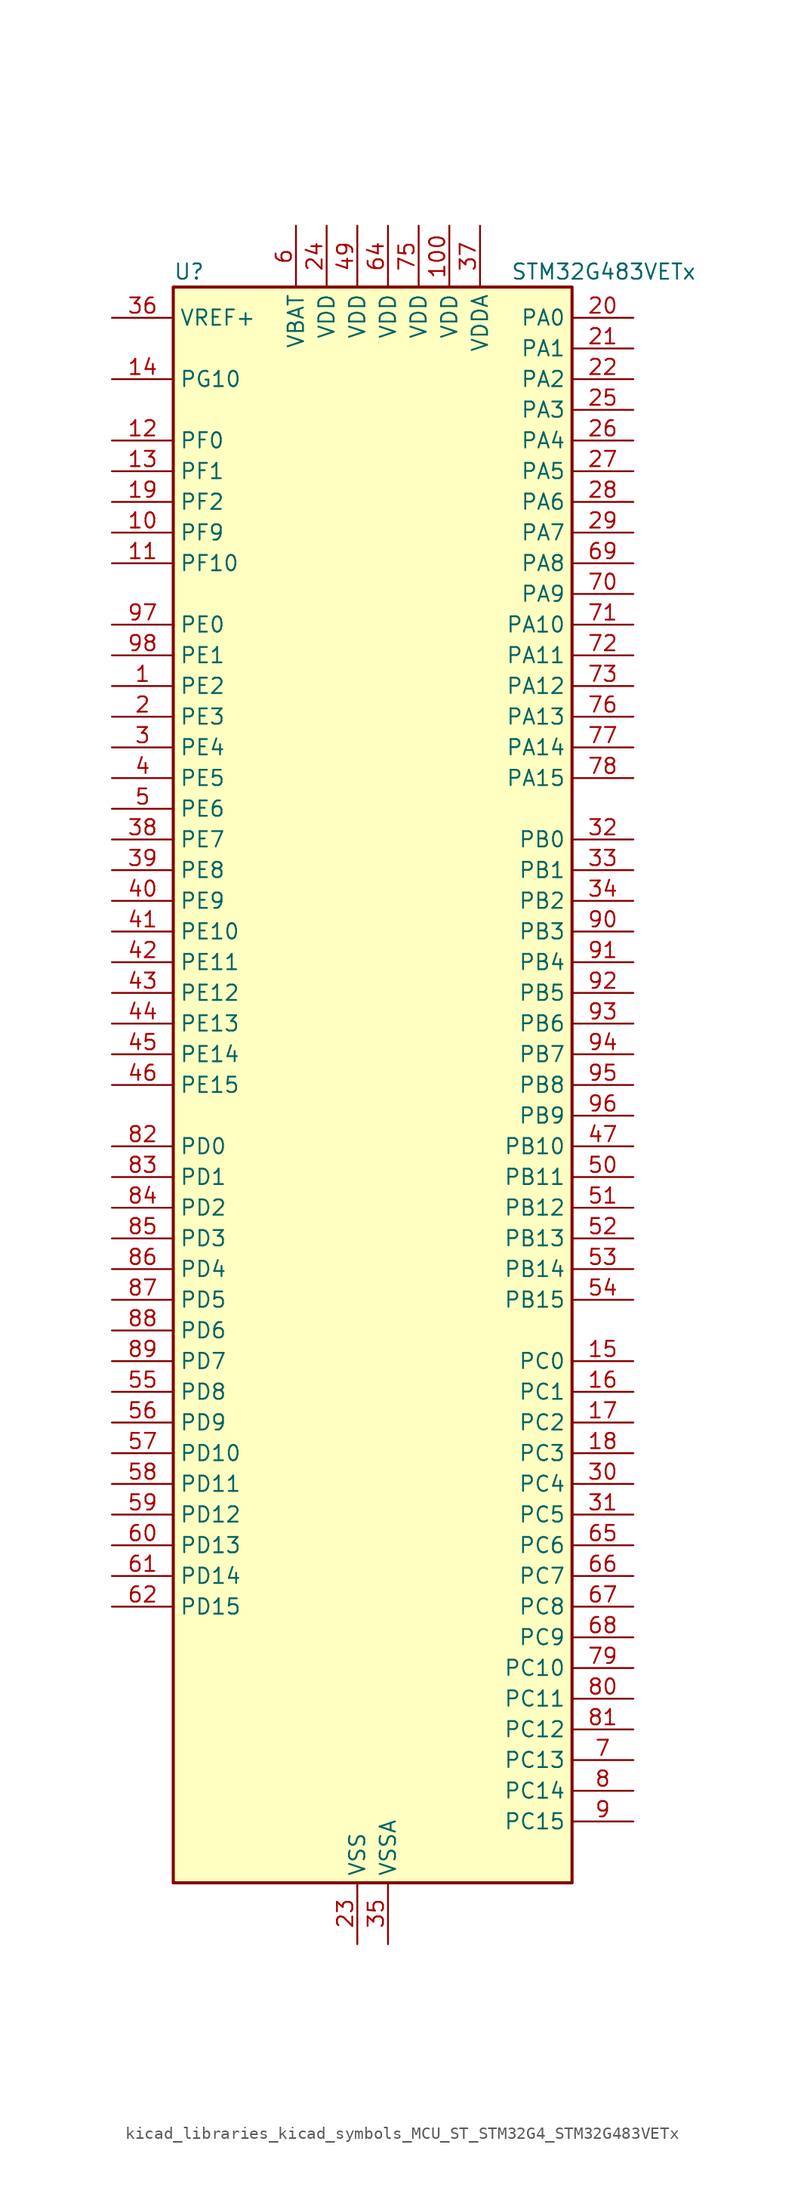
<source format=kicad_sym>
(kicad_symbol_lib
  (version 20220914)
  (generator kicad_symbol_editor)
  (symbol "kicad_libraries_kicad_symbols_MCU_ST_STM32G4_STM32G483VETx"
    (property "Reference" "U"
      (at -15.24 67.31 0)
      (effects (font (size 1.27 1.27)) (justify left)))
    (property "Value" "STM32G483VETx"
      (at 12.7 67.31 0)
      (effects (font (size 1.27 1.27)) (justify left)))
    (property "ki_locked" ""
      (at 0 0 0)
      (effects (font (size 1.27 1.27))))
    (symbol "kicad_libraries_kicad_symbols_MCU_ST_STM32G4_STM32G483VETx_0_1"
      (rectangle (start -15.24 -66.04) (end 17.78 66.04) (stroke (width 0.254) (type default)) (fill (type background))))
    (symbol "kicad_libraries_kicad_symbols_MCU_ST_STM32G4_STM32G483VETx_1_1"
      (pin bidirectional line (at -20.32 33.02 0) (length 5.08) (name "PE2" (effects (font (size 1.27 1.27)))) (number "1" (effects (font (size 1.27 1.27)))) (alternate "ADC3_EXTI2" bidirectional line) (alternate "ADC4_EXTI2" bidirectional line) (alternate "ADC5_EXTI2" bidirectional line) (alternate "FMC_A23" bidirectional line) (alternate "SAI1_CK1" bidirectional line) (alternate "SAI1_MCLK_A" bidirectional line) (alternate "SPI4_SCK" bidirectional line) (alternate "SYS_TRACECLK" bidirectional line) (alternate "TIM20_CH1" bidirectional line) (alternate "TIM3_CH1" bidirectional line))
      (pin bidirectional line (at -20.32 45.72 0) (length 5.08) (name "PF9" (effects (font (size 1.27 1.27)))) (number "10" (effects (font (size 1.27 1.27)))) (alternate "DAC1_EXTI9" bidirectional line) (alternate "DAC2_EXTI9" bidirectional line) (alternate "DAC3_EXTI9" bidirectional line) (alternate "DAC4_EXTI9" bidirectional line) (alternate "FMC_A25" bidirectional line) (alternate "QUADSPI1_BK1_IO1" bidirectional line) (alternate "SAI1_FS_B" bidirectional line) (alternate "SPI2_SCK" bidirectional line) (alternate "TIM15_CH1" bidirectional line) (alternate "TIM20_BKIN" bidirectional line) (alternate "TIM5_CH4" bidirectional line))
      (pin power_in line (at 7.62 71.12 270) (length 5.08) (name "VDD" (effects (font (size 1.27 1.27)))) (number "100" (effects (font (size 1.27 1.27)))))
      (pin bidirectional line (at -20.32 43.18 0) (length 5.08) (name "PF10" (effects (font (size 1.27 1.27)))) (number "11" (effects (font (size 1.27 1.27)))) (alternate "DAC1_EXTI10" bidirectional line) (alternate "DAC2_EXTI10" bidirectional line) (alternate "DAC3_EXTI10" bidirectional line) (alternate "DAC4_EXTI10" bidirectional line) (alternate "FMC_A0" bidirectional line) (alternate "QUADSPI1_CLK" bidirectional line) (alternate "SAI1_D3" bidirectional line) (alternate "SPI2_SCK" bidirectional line) (alternate "TIM15_CH2" bidirectional line) (alternate "TIM20_BKIN2" bidirectional line))
      (pin bidirectional line (at -20.32 53.34 0) (length 5.08) (name "PF0" (effects (font (size 1.27 1.27)))) (number "12" (effects (font (size 1.27 1.27)))) (alternate "ADC1_IN10" bidirectional line) (alternate "I2C2_SDA" bidirectional line) (alternate "I2S2_WS" bidirectional line) (alternate "RCC_OSC_IN" bidirectional line) (alternate "SPI2_NSS" bidirectional line) (alternate "TIM1_CH3N" bidirectional line))
      (pin bidirectional line (at -20.32 50.8 0) (length 5.08) (name "PF1" (effects (font (size 1.27 1.27)))) (number "13" (effects (font (size 1.27 1.27)))) (alternate "ADC2_IN10" bidirectional line) (alternate "COMP3_INM" bidirectional line) (alternate "I2S2_CK" bidirectional line) (alternate "RCC_OSC_OUT" bidirectional line) (alternate "SPI2_SCK" bidirectional line))
      (pin bidirectional line (at -20.32 58.42 0) (length 5.08) (name "PG10" (effects (font (size 1.27 1.27)))) (number "14" (effects (font (size 1.27 1.27)))) (alternate "DAC1_EXTI10" bidirectional line) (alternate "DAC2_EXTI10" bidirectional line) (alternate "DAC3_EXTI10" bidirectional line) (alternate "DAC4_EXTI10" bidirectional line) (alternate "RCC_MCO" bidirectional line))
      (pin bidirectional line (at 22.86 -22.86 180) (length 5.08) (name "PC0" (effects (font (size 1.27 1.27)))) (number "15" (effects (font (size 1.27 1.27)))) (alternate "ADC1_IN6" bidirectional line) (alternate "ADC2_IN6" bidirectional line) (alternate "COMP3_INM" bidirectional line) (alternate "LPTIM1_IN1" bidirectional line) (alternate "LPUART1_RX" bidirectional line) (alternate "TIM1_CH1" bidirectional line))
      (pin bidirectional line (at 22.86 -25.4 180) (length 5.08) (name "PC1" (effects (font (size 1.27 1.27)))) (number "16" (effects (font (size 1.27 1.27)))) (alternate "ADC1_IN7" bidirectional line) (alternate "ADC2_IN7" bidirectional line) (alternate "COMP3_INP" bidirectional line) (alternate "LPTIM1_OUT" bidirectional line) (alternate "LPUART1_TX" bidirectional line) (alternate "QUADSPI1_BK2_IO0" bidirectional line) (alternate "SAI1_SD_A" bidirectional line) (alternate "TIM1_CH2" bidirectional line))
      (pin bidirectional line (at 22.86 -27.94 180) (length 5.08) (name "PC2" (effects (font (size 1.27 1.27)))) (number "17" (effects (font (size 1.27 1.27)))) (alternate "ADC1_IN8" bidirectional line) (alternate "ADC2_IN8" bidirectional line) (alternate "ADC3_EXTI2" bidirectional line) (alternate "ADC4_EXTI2" bidirectional line) (alternate "ADC5_EXTI2" bidirectional line) (alternate "COMP3_OUT" bidirectional line) (alternate "LPTIM1_IN2" bidirectional line) (alternate "QUADSPI1_BK2_IO1" bidirectional line) (alternate "TIM1_CH3" bidirectional line) (alternate "TIM20_CH2" bidirectional line))
      (pin bidirectional line (at 22.86 -30.48 180) (length 5.08) (name "PC3" (effects (font (size 1.27 1.27)))) (number "18" (effects (font (size 1.27 1.27)))) (alternate "ADC1_IN9" bidirectional line) (alternate "ADC2_IN9" bidirectional line) (alternate "ADC3_EXTI3" bidirectional line) (alternate "ADC4_EXTI3" bidirectional line) (alternate "ADC5_EXTI3" bidirectional line) (alternate "LPTIM1_ETR" bidirectional line) (alternate "OPAMP5_VINP" bidirectional line) (alternate "OPAMP5_VINP_SEC" bidirectional line) (alternate "QUADSPI1_BK2_IO2" bidirectional line) (alternate "SAI1_D1" bidirectional line) (alternate "SAI1_SD_A" bidirectional line) (alternate "TIM1_BKIN2" bidirectional line) (alternate "TIM1_CH4" bidirectional line))
      (pin bidirectional line (at -20.32 48.26 0) (length 5.08) (name "PF2" (effects (font (size 1.27 1.27)))) (number "19" (effects (font (size 1.27 1.27)))) (alternate "ADC3_EXTI2" bidirectional line) (alternate "ADC4_EXTI2" bidirectional line) (alternate "ADC5_EXTI2" bidirectional line) (alternate "FMC_A2" bidirectional line) (alternate "I2C2_SMBA" bidirectional line) (alternate "TIM20_CH3" bidirectional line))
      (pin bidirectional line (at -20.32 30.48 0) (length 5.08) (name "PE3" (effects (font (size 1.27 1.27)))) (number "2" (effects (font (size 1.27 1.27)))) (alternate "ADC3_EXTI3" bidirectional line) (alternate "ADC4_EXTI3" bidirectional line) (alternate "ADC5_EXTI3" bidirectional line) (alternate "FMC_A19" bidirectional line) (alternate "SAI1_SD_B" bidirectional line) (alternate "SPI4_NSS" bidirectional line) (alternate "SYS_TRACED0" bidirectional line) (alternate "TIM20_CH2" bidirectional line) (alternate "TIM3_CH2" bidirectional line))
      (pin bidirectional line (at 22.86 63.5 180) (length 5.08) (name "PA0" (effects (font (size 1.27 1.27)))) (number "20" (effects (font (size 1.27 1.27)))) (alternate "ADC1_IN1" bidirectional line) (alternate "ADC2_IN1" bidirectional line) (alternate "COMP1_INM" bidirectional line) (alternate "COMP1_OUT" bidirectional line) (alternate "COMP3_INP" bidirectional line) (alternate "RTC_TAMP2" bidirectional line) (alternate "SYS_WKUP1" bidirectional line) (alternate "TIM2_CH1" bidirectional line) (alternate "TIM2_ETR" bidirectional line) (alternate "TIM5_CH1" bidirectional line) (alternate "TIM8_BKIN" bidirectional line) (alternate "TIM8_ETR" bidirectional line) (alternate "USART2_CTS" bidirectional line) (alternate "USART2_NSS" bidirectional line))
      (pin bidirectional line (at 22.86 60.96 180) (length 5.08) (name "PA1" (effects (font (size 1.27 1.27)))) (number "21" (effects (font (size 1.27 1.27)))) (alternate "ADC1_IN2" bidirectional line) (alternate "ADC2_IN2" bidirectional line) (alternate "COMP1_INP" bidirectional line) (alternate "OPAMP1_VINP" bidirectional line) (alternate "OPAMP1_VINP_SEC" bidirectional line) (alternate "OPAMP3_VINP" bidirectional line) (alternate "OPAMP3_VINP_SEC" bidirectional line) (alternate "OPAMP6_VINM" bidirectional line) (alternate "OPAMP6_VINM0" bidirectional line) (alternate "OPAMP6_VINM_SEC" bidirectional line) (alternate "RTC_REFIN" bidirectional line) (alternate "TIM15_CH1N" bidirectional line) (alternate "TIM2_CH2" bidirectional line) (alternate "TIM5_CH2" bidirectional line) (alternate "USART2_DE" bidirectional line) (alternate "USART2_RTS" bidirectional line))
      (pin bidirectional line (at 22.86 58.42 180) (length 5.08) (name "PA2" (effects (font (size 1.27 1.27)))) (number "22" (effects (font (size 1.27 1.27)))) (alternate "ADC1_IN3" bidirectional line) (alternate "ADC3_EXTI2" bidirectional line) (alternate "ADC4_EXTI2" bidirectional line) (alternate "ADC5_EXTI2" bidirectional line) (alternate "COMP2_INM" bidirectional line) (alternate "COMP2_OUT" bidirectional line) (alternate "LPUART1_TX" bidirectional line) (alternate "OPAMP1_VOUT" bidirectional line) (alternate "QUADSPI1_BK1_NCS" bidirectional line) (alternate "RCC_LSCO" bidirectional line) (alternate "SYS_WKUP4" bidirectional line) (alternate "TIM15_CH1" bidirectional line) (alternate "TIM2_CH3" bidirectional line) (alternate "TIM5_CH3" bidirectional line) (alternate "UCPD1_FRSTX1" bidirectional line) (alternate "UCPD1_FRSTX2" bidirectional line) (alternate "USART2_TX" bidirectional line))
      (pin power_in line (at 0 -71.12 90) (length 5.08) (name "VSS" (effects (font (size 1.27 1.27)))) (number "23" (effects (font (size 1.27 1.27)))))
      (pin power_in line (at -2.54 71.12 270) (length 5.08) (name "VDD" (effects (font (size 1.27 1.27)))) (number "24" (effects (font (size 1.27 1.27)))))
      (pin bidirectional line (at 22.86 55.88 180) (length 5.08) (name "PA3" (effects (font (size 1.27 1.27)))) (number "25" (effects (font (size 1.27 1.27)))) (alternate "ADC1_IN4" bidirectional line) (alternate "ADC3_EXTI3" bidirectional line) (alternate "ADC4_EXTI3" bidirectional line) (alternate "ADC5_EXTI3" bidirectional line) (alternate "COMP2_INP" bidirectional line) (alternate "LPUART1_RX" bidirectional line) (alternate "OPAMP1_VINM" bidirectional line) (alternate "OPAMP1_VINM0" bidirectional line) (alternate "OPAMP1_VINM_SEC" bidirectional line) (alternate "OPAMP1_VINP" bidirectional line) (alternate "OPAMP1_VINP_SEC" bidirectional line) (alternate "OPAMP5_VINM" bidirectional line) (alternate "OPAMP5_VINM1" bidirectional line) (alternate "OPAMP5_VINM_SEC" bidirectional line) (alternate "QUADSPI1_CLK" bidirectional line) (alternate "SAI1_CK1" bidirectional line) (alternate "SAI1_MCLK_A" bidirectional line) (alternate "TIM15_CH2" bidirectional line) (alternate "TIM2_CH4" bidirectional line) (alternate "TIM5_CH4" bidirectional line) (alternate "USART2_RX" bidirectional line))
      (pin bidirectional line (at 22.86 53.34 180) (length 5.08) (name "PA4" (effects (font (size 1.27 1.27)))) (number "26" (effects (font (size 1.27 1.27)))) (alternate "ADC2_IN17" bidirectional line) (alternate "COMP1_INM" bidirectional line) (alternate "DAC1_OUT1" bidirectional line) (alternate "I2S3_WS" bidirectional line) (alternate "SAI1_FS_B" bidirectional line) (alternate "SPI1_NSS" bidirectional line) (alternate "SPI3_NSS" bidirectional line) (alternate "TIM3_CH2" bidirectional line) (alternate "USART2_CK" bidirectional line))
      (pin bidirectional line (at 22.86 50.8 180) (length 5.08) (name "PA5" (effects (font (size 1.27 1.27)))) (number "27" (effects (font (size 1.27 1.27)))) (alternate "ADC2_IN13" bidirectional line) (alternate "COMP2_INM" bidirectional line) (alternate "DAC1_OUT2" bidirectional line) (alternate "OPAMP2_VINM" bidirectional line) (alternate "OPAMP2_VINM0" bidirectional line) (alternate "OPAMP2_VINM_SEC" bidirectional line) (alternate "SPI1_SCK" bidirectional line) (alternate "TIM2_CH1" bidirectional line) (alternate "TIM2_ETR" bidirectional line) (alternate "UCPD1_FRSTX1" bidirectional line) (alternate "UCPD1_FRSTX2" bidirectional line))
      (pin bidirectional line (at 22.86 48.26 180) (length 5.08) (name "PA6" (effects (font (size 1.27 1.27)))) (number "28" (effects (font (size 1.27 1.27)))) (alternate "ADC2_IN3" bidirectional line) (alternate "COMP1_OUT" bidirectional line) (alternate "DAC2_OUT1" bidirectional line) (alternate "LPUART1_CTS" bidirectional line) (alternate "OPAMP2_VOUT" bidirectional line) (alternate "QUADSPI1_BK1_IO3" bidirectional line) (alternate "SPI1_MISO" bidirectional line) (alternate "TIM16_CH1" bidirectional line) (alternate "TIM1_BKIN" bidirectional line) (alternate "TIM3_CH1" bidirectional line) (alternate "TIM8_BKIN" bidirectional line))
      (pin bidirectional line (at 22.86 45.72 180) (length 5.08) (name "PA7" (effects (font (size 1.27 1.27)))) (number "29" (effects (font (size 1.27 1.27)))) (alternate "ADC2_IN4" bidirectional line) (alternate "COMP2_INP" bidirectional line) (alternate "COMP2_OUT" bidirectional line) (alternate "OPAMP1_VINP" bidirectional line) (alternate "OPAMP1_VINP_SEC" bidirectional line) (alternate "OPAMP2_VINP" bidirectional line) (alternate "OPAMP2_VINP_SEC" bidirectional line) (alternate "QUADSPI1_BK1_IO2" bidirectional line) (alternate "SPI1_MOSI" bidirectional line) (alternate "TIM17_CH1" bidirectional line) (alternate "TIM1_CH1N" bidirectional line) (alternate "TIM3_CH2" bidirectional line) (alternate "TIM8_CH1N" bidirectional line) (alternate "UCPD1_FRSTX1" bidirectional line) (alternate "UCPD1_FRSTX2" bidirectional line))
      (pin bidirectional line (at -20.32 27.94 0) (length 5.08) (name "PE4" (effects (font (size 1.27 1.27)))) (number "3" (effects (font (size 1.27 1.27)))) (alternate "FMC_A20" bidirectional line) (alternate "SAI1_D2" bidirectional line) (alternate "SAI1_FS_A" bidirectional line) (alternate "SPI4_NSS" bidirectional line) (alternate "SYS_TRACED1" bidirectional line) (alternate "TIM20_CH1N" bidirectional line) (alternate "TIM3_CH3" bidirectional line))
      (pin bidirectional line (at 22.86 -33.02 180) (length 5.08) (name "PC4" (effects (font (size 1.27 1.27)))) (number "30" (effects (font (size 1.27 1.27)))) (alternate "ADC2_IN5" bidirectional line) (alternate "I2C2_SCL" bidirectional line) (alternate "QUADSPI1_BK2_IO3" bidirectional line) (alternate "TIM1_ETR" bidirectional line) (alternate "USART1_TX" bidirectional line))
      (pin bidirectional line (at 22.86 -35.56 180) (length 5.08) (name "PC5" (effects (font (size 1.27 1.27)))) (number "31" (effects (font (size 1.27 1.27)))) (alternate "ADC2_IN11" bidirectional line) (alternate "OPAMP1_VINM" bidirectional line) (alternate "OPAMP1_VINM1" bidirectional line) (alternate "OPAMP1_VINM_SEC" bidirectional line) (alternate "OPAMP2_VINM" bidirectional line) (alternate "OPAMP2_VINM1" bidirectional line) (alternate "OPAMP2_VINM_SEC" bidirectional line) (alternate "SAI1_D3" bidirectional line) (alternate "SYS_WKUP5" bidirectional line) (alternate "TIM15_BKIN" bidirectional line) (alternate "TIM1_CH4N" bidirectional line) (alternate "USART1_RX" bidirectional line))
      (pin bidirectional line (at 22.86 20.32 180) (length 5.08) (name "PB0" (effects (font (size 1.27 1.27)))) (number "32" (effects (font (size 1.27 1.27)))) (alternate "ADC1_IN15" bidirectional line) (alternate "ADC3_IN12" bidirectional line) (alternate "COMP4_INP" bidirectional line) (alternate "OPAMP2_VINP" bidirectional line) (alternate "OPAMP2_VINP_SEC" bidirectional line) (alternate "OPAMP3_VINP" bidirectional line) (alternate "OPAMP3_VINP_SEC" bidirectional line) (alternate "QUADSPI1_BK1_IO1" bidirectional line) (alternate "TIM1_CH2N" bidirectional line) (alternate "TIM3_CH3" bidirectional line) (alternate "TIM8_CH2N" bidirectional line) (alternate "UCPD1_FRSTX1" bidirectional line) (alternate "UCPD1_FRSTX2" bidirectional line))
      (pin bidirectional line (at 22.86 17.78 180) (length 5.08) (name "PB1" (effects (font (size 1.27 1.27)))) (number "33" (effects (font (size 1.27 1.27)))) (alternate "ADC1_IN12" bidirectional line) (alternate "ADC3_IN1" bidirectional line) (alternate "COMP1_INP" bidirectional line) (alternate "COMP4_OUT" bidirectional line) (alternate "LPUART1_DE" bidirectional line) (alternate "LPUART1_RTS" bidirectional line) (alternate "OPAMP3_VOUT" bidirectional line) (alternate "OPAMP6_VINM" bidirectional line) (alternate "OPAMP6_VINM1" bidirectional line) (alternate "OPAMP6_VINM_SEC" bidirectional line) (alternate "QUADSPI1_BK1_IO0" bidirectional line) (alternate "TIM1_CH3N" bidirectional line) (alternate "TIM3_CH4" bidirectional line) (alternate "TIM8_CH3N" bidirectional line))
      (pin bidirectional line (at 22.86 15.24 180) (length 5.08) (name "PB2" (effects (font (size 1.27 1.27)))) (number "34" (effects (font (size 1.27 1.27)))) (alternate "ADC2_IN12" bidirectional line) (alternate "ADC3_EXTI2" bidirectional line) (alternate "ADC4_EXTI2" bidirectional line) (alternate "ADC5_EXTI2" bidirectional line) (alternate "COMP4_INM" bidirectional line) (alternate "I2C3_SMBA" bidirectional line) (alternate "LPTIM1_OUT" bidirectional line) (alternate "OPAMP3_VINM" bidirectional line) (alternate "OPAMP3_VINM0" bidirectional line) (alternate "OPAMP3_VINM_SEC" bidirectional line) (alternate "QUADSPI1_BK2_IO1" bidirectional line) (alternate "RTC_OUT2" bidirectional line) (alternate "TIM20_CH1" bidirectional line) (alternate "TIM5_CH1" bidirectional line))
      (pin power_in line (at 2.54 -71.12 90) (length 5.08) (name "VSSA" (effects (font (size 1.27 1.27)))) (number "35" (effects (font (size 1.27 1.27)))))
      (pin input line (at -20.32 63.5 0) (length 5.08) (name "VREF+" (effects (font (size 1.27 1.27)))) (number "36" (effects (font (size 1.27 1.27)))) (alternate "VREFBUF_OUT" bidirectional line))
      (pin power_in line (at 10.16 71.12 270) (length 5.08) (name "VDDA" (effects (font (size 1.27 1.27)))) (number "37" (effects (font (size 1.27 1.27)))))
      (pin bidirectional line (at -20.32 20.32 0) (length 5.08) (name "PE7" (effects (font (size 1.27 1.27)))) (number "38" (effects (font (size 1.27 1.27)))) (alternate "ADC3_IN4" bidirectional line) (alternate "COMP4_INP" bidirectional line) (alternate "FMC_D4" bidirectional line) (alternate "FMC_DA4" bidirectional line) (alternate "SAI1_SD_B" bidirectional line) (alternate "TIM1_ETR" bidirectional line))
      (pin bidirectional line (at -20.32 17.78 0) (length 5.08) (name "PE8" (effects (font (size 1.27 1.27)))) (number "39" (effects (font (size 1.27 1.27)))) (alternate "ADC3_IN6" bidirectional line) (alternate "ADC4_IN6" bidirectional line) (alternate "ADC5_IN6" bidirectional line) (alternate "COMP4_INM" bidirectional line) (alternate "FMC_D5" bidirectional line) (alternate "FMC_DA5" bidirectional line) (alternate "SAI1_SCK_B" bidirectional line) (alternate "TIM1_CH1N" bidirectional line) (alternate "TIM5_CH3" bidirectional line))
      (pin bidirectional line (at -20.32 25.4 0) (length 5.08) (name "PE5" (effects (font (size 1.27 1.27)))) (number "4" (effects (font (size 1.27 1.27)))) (alternate "FMC_A21" bidirectional line) (alternate "SAI1_CK2" bidirectional line) (alternate "SAI1_SCK_A" bidirectional line) (alternate "SPI4_MISO" bidirectional line) (alternate "SYS_TRACED2" bidirectional line) (alternate "TIM20_CH2N" bidirectional line) (alternate "TIM3_CH4" bidirectional line))
      (pin bidirectional line (at -20.32 15.24 0) (length 5.08) (name "PE9" (effects (font (size 1.27 1.27)))) (number "40" (effects (font (size 1.27 1.27)))) (alternate "ADC3_IN2" bidirectional line) (alternate "DAC1_EXTI9" bidirectional line) (alternate "DAC2_EXTI9" bidirectional line) (alternate "DAC3_EXTI9" bidirectional line) (alternate "DAC4_EXTI9" bidirectional line) (alternate "FMC_D6" bidirectional line) (alternate "FMC_DA6" bidirectional line) (alternate "SAI1_FS_B" bidirectional line) (alternate "TIM1_CH1" bidirectional line) (alternate "TIM5_CH4" bidirectional line))
      (pin bidirectional line (at -20.32 12.7 0) (length 5.08) (name "PE10" (effects (font (size 1.27 1.27)))) (number "41" (effects (font (size 1.27 1.27)))) (alternate "ADC3_IN14" bidirectional line) (alternate "ADC4_IN14" bidirectional line) (alternate "ADC5_IN14" bidirectional line) (alternate "DAC1_EXTI10" bidirectional line) (alternate "DAC2_EXTI10" bidirectional line) (alternate "DAC3_EXTI10" bidirectional line) (alternate "DAC4_EXTI10" bidirectional line) (alternate "FMC_D7" bidirectional line) (alternate "FMC_DA7" bidirectional line) (alternate "QUADSPI1_CLK" bidirectional line) (alternate "SAI1_MCLK_B" bidirectional line) (alternate "TIM1_CH2N" bidirectional line))
      (pin bidirectional line (at -20.32 10.16 0) (length 5.08) (name "PE11" (effects (font (size 1.27 1.27)))) (number "42" (effects (font (size 1.27 1.27)))) (alternate "ADC1_EXTI11" bidirectional line) (alternate "ADC2_EXTI11" bidirectional line) (alternate "ADC3_IN15" bidirectional line) (alternate "ADC4_IN15" bidirectional line) (alternate "ADC5_IN15" bidirectional line) (alternate "FMC_D8" bidirectional line) (alternate "FMC_DA8" bidirectional line) (alternate "QUADSPI1_BK1_NCS" bidirectional line) (alternate "SPI4_NSS" bidirectional line) (alternate "TIM1_CH2" bidirectional line))
      (pin bidirectional line (at -20.32 7.62 0) (length 5.08) (name "PE12" (effects (font (size 1.27 1.27)))) (number "43" (effects (font (size 1.27 1.27)))) (alternate "ADC3_IN16" bidirectional line) (alternate "ADC4_IN16" bidirectional line) (alternate "ADC5_IN16" bidirectional line) (alternate "FMC_D9" bidirectional line) (alternate "FMC_DA9" bidirectional line) (alternate "QUADSPI1_BK1_IO0" bidirectional line) (alternate "SPI4_SCK" bidirectional line) (alternate "TIM1_CH3N" bidirectional line))
      (pin bidirectional line (at -20.32 5.08 0) (length 5.08) (name "PE13" (effects (font (size 1.27 1.27)))) (number "44" (effects (font (size 1.27 1.27)))) (alternate "ADC3_IN3" bidirectional line) (alternate "FMC_D10" bidirectional line) (alternate "FMC_DA10" bidirectional line) (alternate "QUADSPI1_BK1_IO1" bidirectional line) (alternate "SPI4_MISO" bidirectional line) (alternate "TIM1_CH3" bidirectional line))
      (pin bidirectional line (at -20.32 2.54 0) (length 5.08) (name "PE14" (effects (font (size 1.27 1.27)))) (number "45" (effects (font (size 1.27 1.27)))) (alternate "ADC4_IN1" bidirectional line) (alternate "FMC_D11" bidirectional line) (alternate "FMC_DA11" bidirectional line) (alternate "QUADSPI1_BK1_IO2" bidirectional line) (alternate "SPI4_MOSI" bidirectional line) (alternate "TIM1_BKIN2" bidirectional line) (alternate "TIM1_CH4" bidirectional line))
      (pin bidirectional line (at -20.32 0 0) (length 5.08) (name "PE15" (effects (font (size 1.27 1.27)))) (number "46" (effects (font (size 1.27 1.27)))) (alternate "ADC1_EXTI15" bidirectional line) (alternate "ADC2_EXTI15" bidirectional line) (alternate "ADC4_IN2" bidirectional line) (alternate "FMC_D12" bidirectional line) (alternate "FMC_DA12" bidirectional line) (alternate "QUADSPI1_BK1_IO3" bidirectional line) (alternate "TIM1_BKIN" bidirectional line) (alternate "TIM1_CH4N" bidirectional line) (alternate "USART3_RX" bidirectional line))
      (pin bidirectional line (at 22.86 -5.08 180) (length 5.08) (name "PB10" (effects (font (size 1.27 1.27)))) (number "47" (effects (font (size 1.27 1.27)))) (alternate "COMP5_INM" bidirectional line) (alternate "DAC1_EXTI10" bidirectional line) (alternate "DAC2_EXTI10" bidirectional line) (alternate "DAC3_EXTI10" bidirectional line) (alternate "DAC4_EXTI10" bidirectional line) (alternate "LPUART1_RX" bidirectional line) (alternate "OPAMP3_VINM" bidirectional line) (alternate "OPAMP3_VINM1" bidirectional line) (alternate "OPAMP3_VINM_SEC" bidirectional line) (alternate "OPAMP4_VINM" bidirectional line) (alternate "OPAMP4_VINM0" bidirectional line) (alternate "OPAMP4_VINM_SEC" bidirectional line) (alternate "QUADSPI1_CLK" bidirectional line) (alternate "SAI1_SCK_A" bidirectional line) (alternate "TIM1_BKIN" bidirectional line) (alternate "TIM2_CH3" bidirectional line) (alternate "USART3_TX" bidirectional line))
      (pin passive line (at 0 -71.12 90) (length 5.08) hide (name "VSS" (effects (font (size 1.27 1.27)))) (number "48" (effects (font (size 1.27 1.27)))))
      (pin power_in line (at 0 71.12 270) (length 5.08) (name "VDD" (effects (font (size 1.27 1.27)))) (number "49" (effects (font (size 1.27 1.27)))))
      (pin bidirectional line (at -20.32 22.86 0) (length 5.08) (name "PE6" (effects (font (size 1.27 1.27)))) (number "5" (effects (font (size 1.27 1.27)))) (alternate "FMC_A22" bidirectional line) (alternate "RTC_TAMP3" bidirectional line) (alternate "SAI1_D1" bidirectional line) (alternate "SAI1_SD_A" bidirectional line) (alternate "SPI4_MOSI" bidirectional line) (alternate "SYS_TRACED3" bidirectional line) (alternate "SYS_WKUP3" bidirectional line) (alternate "TIM20_CH3N" bidirectional line))
      (pin bidirectional line (at 22.86 -7.62 180) (length 5.08) (name "PB11" (effects (font (size 1.27 1.27)))) (number "50" (effects (font (size 1.27 1.27)))) (alternate "ADC1_EXTI11" bidirectional line) (alternate "ADC1_IN14" bidirectional line) (alternate "ADC2_EXTI11" bidirectional line) (alternate "ADC2_IN14" bidirectional line) (alternate "COMP6_INP" bidirectional line) (alternate "LPUART1_TX" bidirectional line) (alternate "OPAMP4_VINP" bidirectional line) (alternate "OPAMP4_VINP_SEC" bidirectional line) (alternate "OPAMP6_VOUT" bidirectional line) (alternate "QUADSPI1_BK1_NCS" bidirectional line) (alternate "TIM2_CH4" bidirectional line) (alternate "USART3_RX" bidirectional line))
      (pin bidirectional line (at 22.86 -10.16 180) (length 5.08) (name "PB12" (effects (font (size 1.27 1.27)))) (number "51" (effects (font (size 1.27 1.27)))) (alternate "ADC1_IN11" bidirectional line) (alternate "ADC4_IN3" bidirectional line) (alternate "COMP7_INM" bidirectional line) (alternate "FDCAN2_RX" bidirectional line) (alternate "I2C2_SMBA" bidirectional line) (alternate "I2S2_WS" bidirectional line) (alternate "LPUART1_DE" bidirectional line) (alternate "LPUART1_RTS" bidirectional line) (alternate "OPAMP4_VOUT" bidirectional line) (alternate "OPAMP6_VINP" bidirectional line) (alternate "OPAMP6_VINP_SEC" bidirectional line) (alternate "SPI2_NSS" bidirectional line) (alternate "TIM1_BKIN" bidirectional line) (alternate "TIM5_ETR" bidirectional line) (alternate "USART3_CK" bidirectional line))
      (pin bidirectional line (at 22.86 -12.7 180) (length 5.08) (name "PB13" (effects (font (size 1.27 1.27)))) (number "52" (effects (font (size 1.27 1.27)))) (alternate "ADC3_IN5" bidirectional line) (alternate "COMP5_INP" bidirectional line) (alternate "FDCAN2_TX" bidirectional line) (alternate "I2S2_CK" bidirectional line) (alternate "LPUART1_CTS" bidirectional line) (alternate "OPAMP3_VINP" bidirectional line) (alternate "OPAMP3_VINP_SEC" bidirectional line) (alternate "OPAMP4_VINP" bidirectional line) (alternate "OPAMP4_VINP_SEC" bidirectional line) (alternate "OPAMP6_VINP" bidirectional line) (alternate "OPAMP6_VINP_SEC" bidirectional line) (alternate "SPI2_SCK" bidirectional line) (alternate "TIM1_CH1N" bidirectional line) (alternate "USART3_CTS" bidirectional line) (alternate "USART3_NSS" bidirectional line))
      (pin bidirectional line (at 22.86 -15.24 180) (length 5.08) (name "PB14" (effects (font (size 1.27 1.27)))) (number "53" (effects (font (size 1.27 1.27)))) (alternate "ADC1_IN5" bidirectional line) (alternate "ADC4_IN4" bidirectional line) (alternate "COMP4_OUT" bidirectional line) (alternate "COMP7_INP" bidirectional line) (alternate "OPAMP2_VINP" bidirectional line) (alternate "OPAMP2_VINP_SEC" bidirectional line) (alternate "OPAMP5_VINP" bidirectional line) (alternate "OPAMP5_VINP_SEC" bidirectional line) (alternate "SPI2_MISO" bidirectional line) (alternate "TIM15_CH1" bidirectional line) (alternate "TIM1_CH2N" bidirectional line) (alternate "USART3_DE" bidirectional line) (alternate "USART3_RTS" bidirectional line))
      (pin bidirectional line (at 22.86 -17.78 180) (length 5.08) (name "PB15" (effects (font (size 1.27 1.27)))) (number "54" (effects (font (size 1.27 1.27)))) (alternate "ADC1_EXTI15" bidirectional line) (alternate "ADC2_EXTI15" bidirectional line) (alternate "ADC2_IN15" bidirectional line) (alternate "ADC4_IN5" bidirectional line) (alternate "COMP3_OUT" bidirectional line) (alternate "COMP6_INM" bidirectional line) (alternate "I2S2_SD" bidirectional line) (alternate "OPAMP5_VINM" bidirectional line) (alternate "OPAMP5_VINM0" bidirectional line) (alternate "OPAMP5_VINM_SEC" bidirectional line) (alternate "RTC_REFIN" bidirectional line) (alternate "SPI2_MOSI" bidirectional line) (alternate "TIM15_CH1N" bidirectional line) (alternate "TIM15_CH2" bidirectional line) (alternate "TIM1_CH3N" bidirectional line))
      (pin bidirectional line (at -20.32 -25.4 0) (length 5.08) (name "PD8" (effects (font (size 1.27 1.27)))) (number "55" (effects (font (size 1.27 1.27)))) (alternate "ADC4_IN12" bidirectional line) (alternate "ADC5_IN12" bidirectional line) (alternate "FMC_D13" bidirectional line) (alternate "FMC_DA13" bidirectional line) (alternate "OPAMP4_VINM" bidirectional line) (alternate "OPAMP4_VINM1" bidirectional line) (alternate "OPAMP4_VINM_SEC" bidirectional line) (alternate "USART3_TX" bidirectional line))
      (pin bidirectional line (at -20.32 -27.94 0) (length 5.08) (name "PD9" (effects (font (size 1.27 1.27)))) (number "56" (effects (font (size 1.27 1.27)))) (alternate "ADC4_IN13" bidirectional line) (alternate "ADC5_IN13" bidirectional line) (alternate "DAC1_EXTI9" bidirectional line) (alternate "DAC2_EXTI9" bidirectional line) (alternate "DAC3_EXTI9" bidirectional line) (alternate "DAC4_EXTI9" bidirectional line) (alternate "FMC_D14" bidirectional line) (alternate "FMC_DA14" bidirectional line) (alternate "OPAMP6_VINP" bidirectional line) (alternate "OPAMP6_VINP_SEC" bidirectional line) (alternate "USART3_RX" bidirectional line))
      (pin bidirectional line (at -20.32 -30.48 0) (length 5.08) (name "PD10" (effects (font (size 1.27 1.27)))) (number "57" (effects (font (size 1.27 1.27)))) (alternate "ADC3_IN7" bidirectional line) (alternate "ADC4_IN7" bidirectional line) (alternate "ADC5_IN7" bidirectional line) (alternate "COMP6_INM" bidirectional line) (alternate "DAC1_EXTI10" bidirectional line) (alternate "DAC2_EXTI10" bidirectional line) (alternate "DAC3_EXTI10" bidirectional line) (alternate "DAC4_EXTI10" bidirectional line) (alternate "FMC_D15" bidirectional line) (alternate "FMC_DA15" bidirectional line) (alternate "USART3_CK" bidirectional line))
      (pin bidirectional line (at -20.32 -33.02 0) (length 5.08) (name "PD11" (effects (font (size 1.27 1.27)))) (number "58" (effects (font (size 1.27 1.27)))) (alternate "ADC1_EXTI11" bidirectional line) (alternate "ADC2_EXTI11" bidirectional line) (alternate "ADC3_IN8" bidirectional line) (alternate "ADC4_IN8" bidirectional line) (alternate "ADC5_IN8" bidirectional line) (alternate "COMP6_INP" bidirectional line) (alternate "FMC_A16" bidirectional line) (alternate "FMC_CLE" bidirectional line) (alternate "I2C4_SMBA" bidirectional line) (alternate "OPAMP4_VINP" bidirectional line) (alternate "OPAMP4_VINP_SEC" bidirectional line) (alternate "TIM5_ETR" bidirectional line) (alternate "USART3_CTS" bidirectional line) (alternate "USART3_NSS" bidirectional line))
      (pin bidirectional line (at -20.32 -35.56 0) (length 5.08) (name "PD12" (effects (font (size 1.27 1.27)))) (number "59" (effects (font (size 1.27 1.27)))) (alternate "ADC3_IN9" bidirectional line) (alternate "ADC4_IN9" bidirectional line) (alternate "ADC5_IN9" bidirectional line) (alternate "COMP5_INP" bidirectional line) (alternate "FMC_A17" bidirectional line) (alternate "FMC_ALE" bidirectional line) (alternate "OPAMP5_VINP" bidirectional line) (alternate "OPAMP5_VINP_SEC" bidirectional line) (alternate "TIM4_CH1" bidirectional line) (alternate "USART3_DE" bidirectional line) (alternate "USART3_RTS" bidirectional line))
      (pin power_in line (at -5.08 71.12 270) (length 5.08) (name "VBAT" (effects (font (size 1.27 1.27)))) (number "6" (effects (font (size 1.27 1.27)))))
      (pin bidirectional line (at -20.32 -38.1 0) (length 5.08) (name "PD13" (effects (font (size 1.27 1.27)))) (number "60" (effects (font (size 1.27 1.27)))) (alternate "ADC3_IN10" bidirectional line) (alternate "ADC4_IN10" bidirectional line) (alternate "ADC5_IN10" bidirectional line) (alternate "COMP5_INM" bidirectional line) (alternate "FMC_A18" bidirectional line) (alternate "TIM4_CH2" bidirectional line))
      (pin bidirectional line (at -20.32 -40.64 0) (length 5.08) (name "PD14" (effects (font (size 1.27 1.27)))) (number "61" (effects (font (size 1.27 1.27)))) (alternate "ADC3_IN11" bidirectional line) (alternate "ADC4_IN11" bidirectional line) (alternate "ADC5_IN11" bidirectional line) (alternate "COMP7_INP" bidirectional line) (alternate "FMC_D0" bidirectional line) (alternate "FMC_DA0" bidirectional line) (alternate "OPAMP2_VINP" bidirectional line) (alternate "OPAMP2_VINP_SEC" bidirectional line) (alternate "TIM4_CH3" bidirectional line))
      (pin bidirectional line (at -20.32 -43.18 0) (length 5.08) (name "PD15" (effects (font (size 1.27 1.27)))) (number "62" (effects (font (size 1.27 1.27)))) (alternate "ADC1_EXTI15" bidirectional line) (alternate "ADC2_EXTI15" bidirectional line) (alternate "COMP7_INM" bidirectional line) (alternate "FMC_D1" bidirectional line) (alternate "FMC_DA1" bidirectional line) (alternate "SPI2_NSS" bidirectional line) (alternate "TIM4_CH4" bidirectional line))
      (pin passive line (at 0 -71.12 90) (length 5.08) hide (name "VSS" (effects (font (size 1.27 1.27)))) (number "63" (effects (font (size 1.27 1.27)))))
      (pin power_in line (at 2.54 71.12 270) (length 5.08) (name "VDD" (effects (font (size 1.27 1.27)))) (number "64" (effects (font (size 1.27 1.27)))))
      (pin bidirectional line (at 22.86 -38.1 180) (length 5.08) (name "PC6" (effects (font (size 1.27 1.27)))) (number "65" (effects (font (size 1.27 1.27)))) (alternate "COMP6_OUT" bidirectional line) (alternate "I2C4_SCL" bidirectional line) (alternate "I2S2_MCK" bidirectional line) (alternate "TIM3_CH1" bidirectional line) (alternate "TIM8_CH1" bidirectional line))
      (pin bidirectional line (at 22.86 -40.64 180) (length 5.08) (name "PC7" (effects (font (size 1.27 1.27)))) (number "66" (effects (font (size 1.27 1.27)))) (alternate "COMP5_OUT" bidirectional line) (alternate "I2C4_SDA" bidirectional line) (alternate "I2S3_MCK" bidirectional line) (alternate "TIM3_CH2" bidirectional line) (alternate "TIM8_CH2" bidirectional line))
      (pin bidirectional line (at 22.86 -43.18 180) (length 5.08) (name "PC8" (effects (font (size 1.27 1.27)))) (number "67" (effects (font (size 1.27 1.27)))) (alternate "COMP7_OUT" bidirectional line) (alternate "I2C3_SCL" bidirectional line) (alternate "TIM20_CH3" bidirectional line) (alternate "TIM3_CH3" bidirectional line) (alternate "TIM8_CH3" bidirectional line))
      (pin bidirectional line (at 22.86 -45.72 180) (length 5.08) (name "PC9" (effects (font (size 1.27 1.27)))) (number "68" (effects (font (size 1.27 1.27)))) (alternate "DAC1_EXTI9" bidirectional line) (alternate "DAC2_EXTI9" bidirectional line) (alternate "DAC3_EXTI9" bidirectional line) (alternate "DAC4_EXTI9" bidirectional line) (alternate "I2C3_SDA" bidirectional line) (alternate "I2S_CKIN" bidirectional line) (alternate "TIM3_CH4" bidirectional line) (alternate "TIM8_BKIN2" bidirectional line) (alternate "TIM8_CH4" bidirectional line))
      (pin bidirectional line (at 22.86 43.18 180) (length 5.08) (name "PA8" (effects (font (size 1.27 1.27)))) (number "69" (effects (font (size 1.27 1.27)))) (alternate "ADC5_IN1" bidirectional line) (alternate "COMP7_OUT" bidirectional line) (alternate "FDCAN3_RX" bidirectional line) (alternate "I2C2_SDA" bidirectional line) (alternate "I2C3_SCL" bidirectional line) (alternate "I2S2_MCK" bidirectional line) (alternate "OPAMP5_VOUT" bidirectional line) (alternate "RCC_MCO" bidirectional line) (alternate "SAI1_CK2" bidirectional line) (alternate "SAI1_SCK_A" bidirectional line) (alternate "TIM1_CH1" bidirectional line) (alternate "TIM4_ETR" bidirectional line) (alternate "USART1_CK" bidirectional line))
      (pin bidirectional line (at 22.86 -55.88 180) (length 5.08) (name "PC13" (effects (font (size 1.27 1.27)))) (number "7" (effects (font (size 1.27 1.27)))) (alternate "RTC_OUT1" bidirectional line) (alternate "RTC_TAMP1" bidirectional line) (alternate "RTC_TS" bidirectional line) (alternate "SYS_WKUP2" bidirectional line) (alternate "TIM1_BKIN" bidirectional line) (alternate "TIM1_CH1N" bidirectional line) (alternate "TIM8_CH4N" bidirectional line))
      (pin bidirectional line (at 22.86 40.64 180) (length 5.08) (name "PA9" (effects (font (size 1.27 1.27)))) (number "70" (effects (font (size 1.27 1.27)))) (alternate "ADC5_IN2" bidirectional line) (alternate "COMP5_OUT" bidirectional line) (alternate "DAC1_EXTI9" bidirectional line) (alternate "DAC2_EXTI9" bidirectional line) (alternate "DAC3_EXTI9" bidirectional line) (alternate "DAC4_EXTI9" bidirectional line) (alternate "I2C2_SCL" bidirectional line) (alternate "I2C3_SMBA" bidirectional line) (alternate "I2S3_MCK" bidirectional line) (alternate "SAI1_FS_A" bidirectional line) (alternate "TIM15_BKIN" bidirectional line) (alternate "TIM1_CH2" bidirectional line) (alternate "TIM2_CH3" bidirectional line) (alternate "UCPD1_DBCC1" bidirectional line) (alternate "USART1_TX" bidirectional line))
      (pin bidirectional line (at 22.86 38.1 180) (length 5.08) (name "PA10" (effects (font (size 1.27 1.27)))) (number "71" (effects (font (size 1.27 1.27)))) (alternate "COMP6_OUT" bidirectional line) (alternate "CRS_SYNC" bidirectional line) (alternate "DAC1_EXTI10" bidirectional line) (alternate "DAC2_EXTI10" bidirectional line) (alternate "DAC3_EXTI10" bidirectional line) (alternate "DAC4_EXTI10" bidirectional line) (alternate "I2C2_SMBA" bidirectional line) (alternate "SAI1_D1" bidirectional line) (alternate "SAI1_SD_A" bidirectional line) (alternate "SPI2_MISO" bidirectional line) (alternate "TIM17_BKIN" bidirectional line) (alternate "TIM1_CH3" bidirectional line) (alternate "TIM2_CH4" bidirectional line) (alternate "TIM8_BKIN" bidirectional line) (alternate "UCPD1_DBCC2" bidirectional line) (alternate "USART1_RX" bidirectional line))
      (pin bidirectional line (at 22.86 35.56 180) (length 5.08) (name "PA11" (effects (font (size 1.27 1.27)))) (number "72" (effects (font (size 1.27 1.27)))) (alternate "ADC1_EXTI11" bidirectional line) (alternate "ADC2_EXTI11" bidirectional line) (alternate "COMP1_OUT" bidirectional line) (alternate "FDCAN1_RX" bidirectional line) (alternate "I2S2_SD" bidirectional line) (alternate "SPI2_MOSI" bidirectional line) (alternate "TIM1_BKIN2" bidirectional line) (alternate "TIM1_CH1N" bidirectional line) (alternate "TIM1_CH4" bidirectional line) (alternate "TIM4_CH1" bidirectional line) (alternate "USART1_CTS" bidirectional line) (alternate "USART1_NSS" bidirectional line) (alternate "USB_DM" bidirectional line))
      (pin bidirectional line (at 22.86 33.02 180) (length 5.08) (name "PA12" (effects (font (size 1.27 1.27)))) (number "73" (effects (font (size 1.27 1.27)))) (alternate "COMP2_OUT" bidirectional line) (alternate "FDCAN1_TX" bidirectional line) (alternate "I2S_CKIN" bidirectional line) (alternate "TIM16_CH1" bidirectional line) (alternate "TIM1_CH2N" bidirectional line) (alternate "TIM1_ETR" bidirectional line) (alternate "TIM4_CH2" bidirectional line) (alternate "USART1_DE" bidirectional line) (alternate "USART1_RTS" bidirectional line) (alternate "USB_DP" bidirectional line))
      (pin passive line (at 0 -71.12 90) (length 5.08) hide (name "VSS" (effects (font (size 1.27 1.27)))) (number "74" (effects (font (size 1.27 1.27)))))
      (pin power_in line (at 5.08 71.12 270) (length 5.08) (name "VDD" (effects (font (size 1.27 1.27)))) (number "75" (effects (font (size 1.27 1.27)))))
      (pin bidirectional line (at 22.86 30.48 180) (length 5.08) (name "PA13" (effects (font (size 1.27 1.27)))) (number "76" (effects (font (size 1.27 1.27)))) (alternate "I2C1_SCL" bidirectional line) (alternate "I2C4_SCL" bidirectional line) (alternate "IR_OUT" bidirectional line) (alternate "SAI1_SD_B" bidirectional line) (alternate "SYS_JTMS-SWDIO" bidirectional line) (alternate "TIM16_CH1N" bidirectional line) (alternate "TIM4_CH3" bidirectional line) (alternate "USART3_CTS" bidirectional line) (alternate "USART3_NSS" bidirectional line))
      (pin bidirectional line (at 22.86 27.94 180) (length 5.08) (name "PA14" (effects (font (size 1.27 1.27)))) (number "77" (effects (font (size 1.27 1.27)))) (alternate "I2C1_SDA" bidirectional line) (alternate "I2C4_SMBA" bidirectional line) (alternate "LPTIM1_OUT" bidirectional line) (alternate "SAI1_FS_B" bidirectional line) (alternate "SYS_JTCK-SWCLK" bidirectional line) (alternate "TIM1_BKIN" bidirectional line) (alternate "TIM8_CH2" bidirectional line) (alternate "USART2_TX" bidirectional line))
      (pin bidirectional line (at 22.86 25.4 180) (length 5.08) (name "PA15" (effects (font (size 1.27 1.27)))) (number "78" (effects (font (size 1.27 1.27)))) (alternate "ADC1_EXTI15" bidirectional line) (alternate "ADC2_EXTI15" bidirectional line) (alternate "FDCAN3_TX" bidirectional line) (alternate "I2C1_SCL" bidirectional line) (alternate "I2S3_WS" bidirectional line) (alternate "SPI1_NSS" bidirectional line) (alternate "SPI3_NSS" bidirectional line) (alternate "SYS_JTDI" bidirectional line) (alternate "TIM1_BKIN" bidirectional line) (alternate "TIM2_CH1" bidirectional line) (alternate "TIM2_ETR" bidirectional line) (alternate "TIM8_CH1" bidirectional line) (alternate "UART4_DE" bidirectional line) (alternate "UART4_RTS" bidirectional line) (alternate "USART2_RX" bidirectional line))
      (pin bidirectional line (at 22.86 -48.26 180) (length 5.08) (name "PC10" (effects (font (size 1.27 1.27)))) (number "79" (effects (font (size 1.27 1.27)))) (alternate "DAC1_EXTI10" bidirectional line) (alternate "DAC2_EXTI10" bidirectional line) (alternate "DAC3_EXTI10" bidirectional line) (alternate "DAC4_EXTI10" bidirectional line) (alternate "I2S3_CK" bidirectional line) (alternate "SPI3_SCK" bidirectional line) (alternate "TIM8_CH1N" bidirectional line) (alternate "UART4_TX" bidirectional line) (alternate "USART3_TX" bidirectional line))
      (pin bidirectional line (at 22.86 -58.42 180) (length 5.08) (name "PC14" (effects (font (size 1.27 1.27)))) (number "8" (effects (font (size 1.27 1.27)))) (alternate "RCC_OSC32_IN" bidirectional line))
      (pin bidirectional line (at 22.86 -50.8 180) (length 5.08) (name "PC11" (effects (font (size 1.27 1.27)))) (number "80" (effects (font (size 1.27 1.27)))) (alternate "ADC1_EXTI11" bidirectional line) (alternate "ADC2_EXTI11" bidirectional line) (alternate "I2C3_SDA" bidirectional line) (alternate "SPI3_MISO" bidirectional line) (alternate "TIM8_CH2N" bidirectional line) (alternate "UART4_RX" bidirectional line) (alternate "USART3_RX" bidirectional line))
      (pin bidirectional line (at 22.86 -53.34 180) (length 5.08) (name "PC12" (effects (font (size 1.27 1.27)))) (number "81" (effects (font (size 1.27 1.27)))) (alternate "I2S3_SD" bidirectional line) (alternate "SPI3_MOSI" bidirectional line) (alternate "TIM5_CH2" bidirectional line) (alternate "TIM8_CH3N" bidirectional line) (alternate "UART5_TX" bidirectional line) (alternate "UCPD1_FRSTX1" bidirectional line) (alternate "UCPD1_FRSTX2" bidirectional line) (alternate "USART3_CK" bidirectional line))
      (pin bidirectional line (at -20.32 -5.08 0) (length 5.08) (name "PD0" (effects (font (size 1.27 1.27)))) (number "82" (effects (font (size 1.27 1.27)))) (alternate "FDCAN1_RX" bidirectional line) (alternate "FMC_D2" bidirectional line) (alternate "FMC_DA2" bidirectional line) (alternate "TIM8_CH4N" bidirectional line))
      (pin bidirectional line (at -20.32 -7.62 0) (length 5.08) (name "PD1" (effects (font (size 1.27 1.27)))) (number "83" (effects (font (size 1.27 1.27)))) (alternate "FDCAN1_TX" bidirectional line) (alternate "FMC_D3" bidirectional line) (alternate "FMC_DA3" bidirectional line) (alternate "TIM8_BKIN2" bidirectional line) (alternate "TIM8_CH4" bidirectional line))
      (pin bidirectional line (at -20.32 -10.16 0) (length 5.08) (name "PD2" (effects (font (size 1.27 1.27)))) (number "84" (effects (font (size 1.27 1.27)))) (alternate "ADC3_EXTI2" bidirectional line) (alternate "ADC4_EXTI2" bidirectional line) (alternate "ADC5_EXTI2" bidirectional line) (alternate "TIM3_ETR" bidirectional line) (alternate "TIM8_BKIN" bidirectional line) (alternate "UART5_RX" bidirectional line))
      (pin bidirectional line (at -20.32 -12.7 0) (length 5.08) (name "PD3" (effects (font (size 1.27 1.27)))) (number "85" (effects (font (size 1.27 1.27)))) (alternate "ADC3_EXTI3" bidirectional line) (alternate "ADC4_EXTI3" bidirectional line) (alternate "ADC5_EXTI3" bidirectional line) (alternate "FMC_CLK" bidirectional line) (alternate "QUADSPI1_BK2_NCS" bidirectional line) (alternate "TIM2_CH1" bidirectional line) (alternate "TIM2_ETR" bidirectional line) (alternate "USART2_CTS" bidirectional line) (alternate "USART2_NSS" bidirectional line))
      (pin bidirectional line (at -20.32 -15.24 0) (length 5.08) (name "PD4" (effects (font (size 1.27 1.27)))) (number "86" (effects (font (size 1.27 1.27)))) (alternate "FMC_NOE" bidirectional line) (alternate "QUADSPI1_BK2_IO0" bidirectional line) (alternate "TIM2_CH2" bidirectional line) (alternate "USART2_DE" bidirectional line) (alternate "USART2_RTS" bidirectional line))
      (pin bidirectional line (at -20.32 -17.78 0) (length 5.08) (name "PD5" (effects (font (size 1.27 1.27)))) (number "87" (effects (font (size 1.27 1.27)))) (alternate "FMC_NWE" bidirectional line) (alternate "QUADSPI1_BK2_IO1" bidirectional line) (alternate "USART2_TX" bidirectional line))
      (pin bidirectional line (at -20.32 -20.32 0) (length 5.08) (name "PD6" (effects (font (size 1.27 1.27)))) (number "88" (effects (font (size 1.27 1.27)))) (alternate "FMC_NWAIT" bidirectional line) (alternate "QUADSPI1_BK2_IO2" bidirectional line) (alternate "SAI1_D1" bidirectional line) (alternate "SAI1_SD_A" bidirectional line) (alternate "TIM2_CH4" bidirectional line) (alternate "USART2_RX" bidirectional line))
      (pin bidirectional line (at -20.32 -22.86 0) (length 5.08) (name "PD7" (effects (font (size 1.27 1.27)))) (number "89" (effects (font (size 1.27 1.27)))) (alternate "FMC_NCE" bidirectional line) (alternate "FMC_NE1" bidirectional line) (alternate "QUADSPI1_BK2_IO3" bidirectional line) (alternate "TIM2_CH3" bidirectional line) (alternate "USART2_CK" bidirectional line))
      (pin bidirectional line (at 22.86 -60.96 180) (length 5.08) (name "PC15" (effects (font (size 1.27 1.27)))) (number "9" (effects (font (size 1.27 1.27)))) (alternate "ADC1_EXTI15" bidirectional line) (alternate "ADC2_EXTI15" bidirectional line) (alternate "RCC_OSC32_OUT" bidirectional line))
      (pin bidirectional line (at 22.86 12.7 180) (length 5.08) (name "PB3" (effects (font (size 1.27 1.27)))) (number "90" (effects (font (size 1.27 1.27)))) (alternate "ADC3_EXTI3" bidirectional line) (alternate "ADC4_EXTI3" bidirectional line) (alternate "ADC5_EXTI3" bidirectional line) (alternate "CRS_SYNC" bidirectional line) (alternate "FDCAN3_RX" bidirectional line) (alternate "I2S3_CK" bidirectional line) (alternate "SAI1_SCK_B" bidirectional line) (alternate "SPI1_SCK" bidirectional line) (alternate "SPI3_SCK" bidirectional line) (alternate "SYS_JTDO-SWO" bidirectional line) (alternate "TIM2_CH2" bidirectional line) (alternate "TIM3_ETR" bidirectional line) (alternate "TIM4_ETR" bidirectional line) (alternate "TIM8_CH1N" bidirectional line) (alternate "USART2_TX" bidirectional line))
      (pin bidirectional line (at 22.86 10.16 180) (length 5.08) (name "PB4" (effects (font (size 1.27 1.27)))) (number "91" (effects (font (size 1.27 1.27)))) (alternate "FDCAN3_TX" bidirectional line) (alternate "SAI1_MCLK_B" bidirectional line) (alternate "SPI1_MISO" bidirectional line) (alternate "SPI3_MISO" bidirectional line) (alternate "SYS_JTRST" bidirectional line) (alternate "TIM16_CH1" bidirectional line) (alternate "TIM17_BKIN" bidirectional line) (alternate "TIM3_CH1" bidirectional line) (alternate "TIM8_CH2N" bidirectional line) (alternate "UART5_DE" bidirectional line) (alternate "UART5_RTS" bidirectional line) (alternate "UCPD1_CC2" bidirectional line) (alternate "USART2_RX" bidirectional line))
      (pin bidirectional line (at 22.86 7.62 180) (length 5.08) (name "PB5" (effects (font (size 1.27 1.27)))) (number "92" (effects (font (size 1.27 1.27)))) (alternate "FDCAN2_RX" bidirectional line) (alternate "I2C1_SMBA" bidirectional line) (alternate "I2C3_SDA" bidirectional line) (alternate "I2S3_SD" bidirectional line) (alternate "LPTIM1_IN1" bidirectional line) (alternate "SAI1_SD_B" bidirectional line) (alternate "SPI1_MOSI" bidirectional line) (alternate "SPI3_MOSI" bidirectional line) (alternate "TIM16_BKIN" bidirectional line) (alternate "TIM17_CH1" bidirectional line) (alternate "TIM3_CH2" bidirectional line) (alternate "TIM8_CH3N" bidirectional line) (alternate "UART5_CTS" bidirectional line) (alternate "USART2_CK" bidirectional line))
      (pin bidirectional line (at 22.86 5.08 180) (length 5.08) (name "PB6" (effects (font (size 1.27 1.27)))) (number "93" (effects (font (size 1.27 1.27)))) (alternate "COMP4_OUT" bidirectional line) (alternate "FDCAN2_TX" bidirectional line) (alternate "LPTIM1_ETR" bidirectional line) (alternate "SAI1_FS_B" bidirectional line) (alternate "TIM16_CH1N" bidirectional line) (alternate "TIM4_CH1" bidirectional line) (alternate "TIM8_BKIN2" bidirectional line) (alternate "TIM8_CH1" bidirectional line) (alternate "TIM8_ETR" bidirectional line) (alternate "UCPD1_CC1" bidirectional line) (alternate "USART1_TX" bidirectional line))
      (pin bidirectional line (at 22.86 2.54 180) (length 5.08) (name "PB7" (effects (font (size 1.27 1.27)))) (number "94" (effects (font (size 1.27 1.27)))) (alternate "COMP3_OUT" bidirectional line) (alternate "FMC_NL" bidirectional line) (alternate "I2C1_SDA" bidirectional line) (alternate "I2C4_SDA" bidirectional line) (alternate "LPTIM1_IN2" bidirectional line) (alternate "SYS_PVD_IN" bidirectional line) (alternate "TIM17_CH1N" bidirectional line) (alternate "TIM3_CH4" bidirectional line) (alternate "TIM4_CH2" bidirectional line) (alternate "TIM8_BKIN" bidirectional line) (alternate "UART4_CTS" bidirectional line) (alternate "USART1_RX" bidirectional line))
      (pin bidirectional line (at 22.86 0 180) (length 5.08) (name "PB8" (effects (font (size 1.27 1.27)))) (number "95" (effects (font (size 1.27 1.27)))) (alternate "COMP1_OUT" bidirectional line) (alternate "FDCAN1_RX" bidirectional line) (alternate "I2C1_SCL" bidirectional line) (alternate "SAI1_CK1" bidirectional line) (alternate "SAI1_MCLK_A" bidirectional line) (alternate "TIM16_CH1" bidirectional line) (alternate "TIM1_BKIN" bidirectional line) (alternate "TIM4_CH3" bidirectional line) (alternate "TIM8_CH2" bidirectional line) (alternate "USART3_RX" bidirectional line))
      (pin bidirectional line (at 22.86 -2.54 180) (length 5.08) (name "PB9" (effects (font (size 1.27 1.27)))) (number "96" (effects (font (size 1.27 1.27)))) (alternate "COMP2_OUT" bidirectional line) (alternate "DAC1_EXTI9" bidirectional line) (alternate "DAC2_EXTI9" bidirectional line) (alternate "DAC3_EXTI9" bidirectional line) (alternate "DAC4_EXTI9" bidirectional line) (alternate "FDCAN1_TX" bidirectional line) (alternate "I2C1_SDA" bidirectional line) (alternate "IR_OUT" bidirectional line) (alternate "SAI1_D2" bidirectional line) (alternate "SAI1_FS_A" bidirectional line) (alternate "TIM17_CH1" bidirectional line) (alternate "TIM1_CH3N" bidirectional line) (alternate "TIM4_CH4" bidirectional line) (alternate "TIM8_CH3" bidirectional line) (alternate "USART3_TX" bidirectional line))
      (pin bidirectional line (at -20.32 38.1 0) (length 5.08) (name "PE0" (effects (font (size 1.27 1.27)))) (number "97" (effects (font (size 1.27 1.27)))) (alternate "FMC_NBL0" bidirectional line) (alternate "TIM16_CH1" bidirectional line) (alternate "TIM20_CH4N" bidirectional line) (alternate "TIM20_ETR" bidirectional line) (alternate "TIM4_ETR" bidirectional line) (alternate "USART1_TX" bidirectional line))
      (pin bidirectional line (at -20.32 35.56 0) (length 5.08) (name "PE1" (effects (font (size 1.27 1.27)))) (number "98" (effects (font (size 1.27 1.27)))) (alternate "FMC_NBL1" bidirectional line) (alternate "TIM17_CH1" bidirectional line) (alternate "TIM20_CH4" bidirectional line) (alternate "USART1_RX" bidirectional line))
      (pin passive line (at 0 -71.12 90) (length 5.08) hide (name "VSS" (effects (font (size 1.27 1.27)))) (number "99" (effects (font (size 1.27 1.27))))))))
</source>
